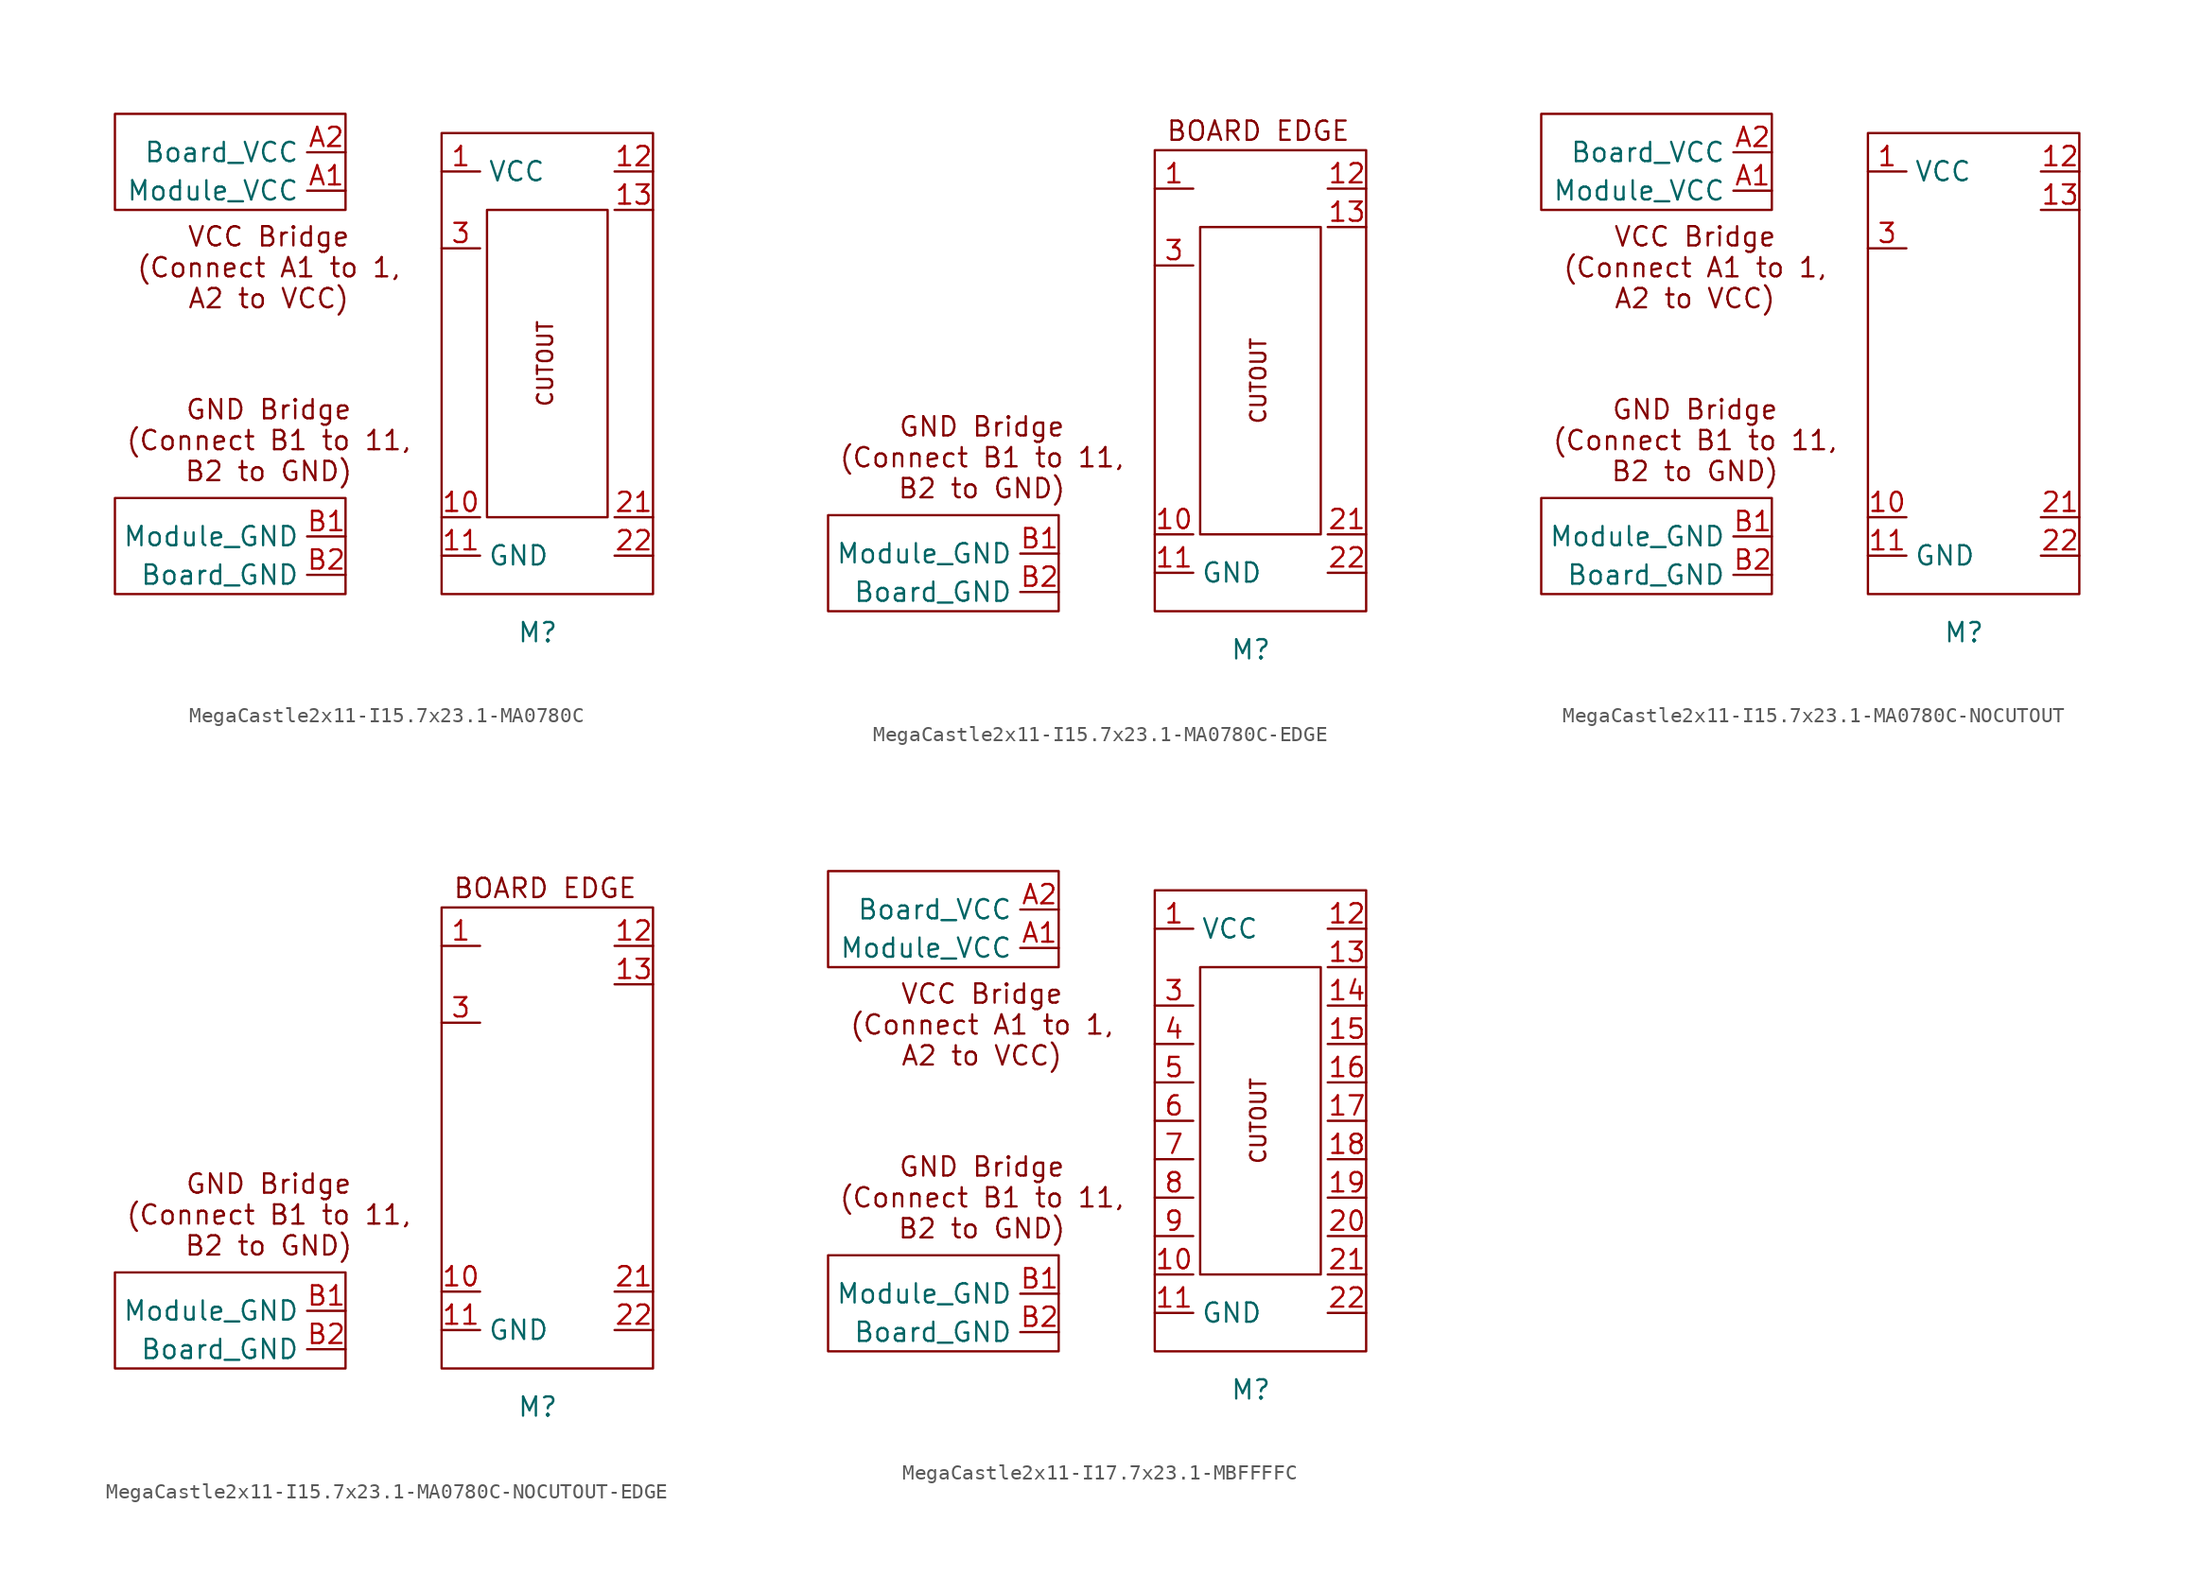
<source format=kicad_sym>
(kicad_symbol_lib
  (version 20231120)
  (generator "kicad_symbol_editor")
  (generator_version "8.0")
  (symbol "MegaCastle2x11-I15.7x23.1-MA0780C"
    (property "Reference" "M"
      (at 0 -17.78 0)
      (effects (font (size 1.27 1.27))))
    (property "Value" ""
      (at 0 5.08 0)
      (effects (font (size 1.27 1.27))))
    (symbol "MegaCastle2x11-I15.7x23.1-MA0780C_0_1"
      (rectangle (start -27.94 -8.89) (end -12.7 -15.24) (stroke (width 0) (type default)) (fill (type none)))
      (rectangle (start -27.94 16.51) (end -12.7 10.16) (stroke (width 0) (type default)) (fill (type none)))
      (rectangle (start -6.35 15.24) (end 7.62 -15.24) (stroke (width 0) (type default)) (fill (type none)))
      (rectangle (start -3.35 10.16) (end 4.62 -10.16) (stroke (width 0) (type default)) (fill (type none))))
    (symbol "MegaCastle2x11-I15.7x23.1-MA0780C_1_1"
      (text "CUTOUT" (at 0.5 0 900) (effects (font (size 1 1))))
      (text "GND Bridge\n(Connect B1 to 11,\nB2 to GND)" (at -17.78 -5.08 0) (effects (font (size 1.27 1.27))))
      (text "VCC Bridge\n(Connect A1 to 1,\nA2 to VCC)" (at -17.78 6.35 0) (effects (font (size 1.27 1.27))))
      (pin bidirectional line (at -6.35 12.7 0) (length 2.54) (name "VCC" (effects (font (size 1.27 1.27)))) (number "1" (effects (font (size 1.27 1.27)))))
      (pin bidirectional line (at -6.35 -10.16 0) (length 2.54) (name "" (effects (font (size 1.27 1.27)))) (number "10" (effects (font (size 1.27 1.27)))))
      (pin bidirectional line (at -6.35 -12.7 0) (length 2.54) (name "GND" (effects (font (size 1.27 1.27)))) (number "11" (effects (font (size 1.27 1.27)))))
      (pin bidirectional line (at 7.62 12.7 180) (length 2.54) (name "" (effects (font (size 1.27 1.27)))) (number "12" (effects (font (size 1.27 1.27)))))
      (pin bidirectional line (at 7.62 10.16 180) (length 2.54) (name "" (effects (font (size 1.27 1.27)))) (number "13" (effects (font (size 1.27 1.27)))))
      (pin bidirectional line (at 7.62 -10.16 180) (length 2.54) (name "" (effects (font (size 1.27 1.27)))) (number "21" (effects (font (size 1.27 1.27)))))
      (pin bidirectional line (at 7.62 -12.7 180) (length 2.54) (name "" (effects (font (size 1.27 1.27)))) (number "22" (effects (font (size 1.27 1.27)))))
      (pin bidirectional line (at -6.35 7.62 0) (length 2.54) (name "" (effects (font (size 1.27 1.27)))) (number "3" (effects (font (size 1.27 1.27)))))
      (pin bidirectional line (at -12.7 11.43 180) (length 2.54) (name "Module_VCC" (effects (font (size 1.27 1.27)))) (number "A1" (effects (font (size 1.27 1.27)))))
      (pin bidirectional line (at -12.7 13.97 180) (length 2.54) (name "Board_VCC" (effects (font (size 1.27 1.27)))) (number "A2" (effects (font (size 1.27 1.27)))))
      (pin bidirectional line (at -12.7 -11.43 180) (length 2.54) (name "Module_GND" (effects (font (size 1.27 1.27)))) (number "B1" (effects (font (size 1.27 1.27)))))
      (pin bidirectional line (at -12.7 -13.97 180) (length 2.54) (name "Board_GND" (effects (font (size 1.27 1.27)))) (number "B2" (effects (font (size 1.27 1.27)))))))
  (symbol "MegaCastle2x11-I15.7x23.1-MA0780C-EDGE"
    (property "Reference" "M"
      (at 0 -17.78 0)
      (effects (font (size 1.27 1.27))))
    (property "Value" ""
      (at 0 5.08 0)
      (effects (font (size 1.27 1.27))))
    (symbol "MegaCastle2x11-I15.7x23.1-MA0780C-EDGE_0_1"
      (rectangle (start -27.94 -8.89) (end -12.7 -15.24) (stroke (width 0) (type default)) (fill (type none)))
      (rectangle (start -6.35 15.24) (end 7.62 -15.24) (stroke (width 0) (type default)) (fill (type none)))
      (rectangle (start -3.35 10.16) (end 4.62 -10.16) (stroke (width 0) (type default)) (fill (type none))))
    (symbol "MegaCastle2x11-I15.7x23.1-MA0780C-EDGE_1_1"
      (text " BOARD EDGE" (at 0 16.51 0) (effects (font (size 1.27 1.27))))
      (text "CUTOUT" (at 0.5 0 900) (effects (font (size 1 1))))
      (text "GND Bridge\n(Connect B1 to 11,\nB2 to GND)" (at -17.78 -5.08 0) (effects (font (size 1.27 1.27))))
      (pin bidirectional line (at -6.35 12.7 0) (length 2.54) (name "" (effects (font (size 1.27 1.27)))) (number "1" (effects (font (size 1.27 1.27)))))
      (pin bidirectional line (at -6.35 -10.16 0) (length 2.54) (name "" (effects (font (size 1.27 1.27)))) (number "10" (effects (font (size 1.27 1.27)))))
      (pin bidirectional line (at -6.35 -12.7 0) (length 2.54) (name "GND" (effects (font (size 1.27 1.27)))) (number "11" (effects (font (size 1.27 1.27)))))
      (pin bidirectional line (at 7.62 12.7 180) (length 2.54) (name "" (effects (font (size 1.27 1.27)))) (number "12" (effects (font (size 1.27 1.27)))))
      (pin bidirectional line (at 7.62 10.16 180) (length 2.54) (name "" (effects (font (size 1.27 1.27)))) (number "13" (effects (font (size 1.27 1.27)))))
      (pin bidirectional line (at 7.62 -10.16 180) (length 2.54) (name "" (effects (font (size 1.27 1.27)))) (number "21" (effects (font (size 1.27 1.27)))))
      (pin bidirectional line (at 7.62 -12.7 180) (length 2.54) (name "" (effects (font (size 1.27 1.27)))) (number "22" (effects (font (size 1.27 1.27)))))
      (pin bidirectional line (at -6.35 7.62 0) (length 2.54) (name "" (effects (font (size 1.27 1.27)))) (number "3" (effects (font (size 1.27 1.27)))))
      (pin bidirectional line (at -12.7 -11.43 180) (length 2.54) (name "Module_GND" (effects (font (size 1.27 1.27)))) (number "B1" (effects (font (size 1.27 1.27)))))
      (pin bidirectional line (at -12.7 -13.97 180) (length 2.54) (name "Board_GND" (effects (font (size 1.27 1.27)))) (number "B2" (effects (font (size 1.27 1.27)))))))
  (symbol "MegaCastle2x11-I15.7x23.1-MA0780C-NOCUTOUT"
    (property "Reference" "M"
      (at 0 -17.78 0)
      (effects (font (size 1.27 1.27))))
    (property "Value" ""
      (at 0 5.08 0)
      (effects (font (size 1.27 1.27))))
    (symbol "MegaCastle2x11-I15.7x23.1-MA0780C-NOCUTOUT_0_1"
      (rectangle (start -27.94 -8.89) (end -12.7 -15.24) (stroke (width 0) (type default)) (fill (type none)))
      (rectangle (start -27.94 16.51) (end -12.7 10.16) (stroke (width 0) (type default)) (fill (type none)))
      (rectangle (start -6.35 15.24) (end 7.62 -15.24) (stroke (width 0) (type default)) (fill (type none))))
    (symbol "MegaCastle2x11-I15.7x23.1-MA0780C-NOCUTOUT_1_1"
      (text "GND Bridge\n(Connect B1 to 11,\nB2 to GND)" (at -17.78 -5.08 0) (effects (font (size 1.27 1.27))))
      (text "VCC Bridge\n(Connect A1 to 1,\nA2 to VCC)" (at -17.78 6.35 0) (effects (font (size 1.27 1.27))))
      (pin bidirectional line (at -6.35 12.7 0) (length 2.54) (name "VCC" (effects (font (size 1.27 1.27)))) (number "1" (effects (font (size 1.27 1.27)))))
      (pin bidirectional line (at -6.35 -10.16 0) (length 2.54) (name "" (effects (font (size 1.27 1.27)))) (number "10" (effects (font (size 1.27 1.27)))))
      (pin bidirectional line (at -6.35 -12.7 0) (length 2.54) (name "GND" (effects (font (size 1.27 1.27)))) (number "11" (effects (font (size 1.27 1.27)))))
      (pin bidirectional line (at 7.62 12.7 180) (length 2.54) (name "" (effects (font (size 1.27 1.27)))) (number "12" (effects (font (size 1.27 1.27)))))
      (pin bidirectional line (at 7.62 10.16 180) (length 2.54) (name "" (effects (font (size 1.27 1.27)))) (number "13" (effects (font (size 1.27 1.27)))))
      (pin bidirectional line (at 7.62 -10.16 180) (length 2.54) (name "" (effects (font (size 1.27 1.27)))) (number "21" (effects (font (size 1.27 1.27)))))
      (pin bidirectional line (at 7.62 -12.7 180) (length 2.54) (name "" (effects (font (size 1.27 1.27)))) (number "22" (effects (font (size 1.27 1.27)))))
      (pin bidirectional line (at -6.35 7.62 0) (length 2.54) (name "" (effects (font (size 1.27 1.27)))) (number "3" (effects (font (size 1.27 1.27)))))
      (pin bidirectional line (at -12.7 11.43 180) (length 2.54) (name "Module_VCC" (effects (font (size 1.27 1.27)))) (number "A1" (effects (font (size 1.27 1.27)))))
      (pin bidirectional line (at -12.7 13.97 180) (length 2.54) (name "Board_VCC" (effects (font (size 1.27 1.27)))) (number "A2" (effects (font (size 1.27 1.27)))))
      (pin bidirectional line (at -12.7 -11.43 180) (length 2.54) (name "Module_GND" (effects (font (size 1.27 1.27)))) (number "B1" (effects (font (size 1.27 1.27)))))
      (pin bidirectional line (at -12.7 -13.97 180) (length 2.54) (name "Board_GND" (effects (font (size 1.27 1.27)))) (number "B2" (effects (font (size 1.27 1.27)))))))
  (symbol "MegaCastle2x11-I15.7x23.1-MA0780C-NOCUTOUT-EDGE"
    (property "Reference" "M"
      (at 0 -17.78 0)
      (effects (font (size 1.27 1.27))))
    (property "Value" ""
      (at 0 5.08 0)
      (effects (font (size 1.27 1.27))))
    (symbol "MegaCastle2x11-I15.7x23.1-MA0780C-NOCUTOUT-EDGE_0_1"
      (rectangle (start -27.94 -8.89) (end -12.7 -15.24) (stroke (width 0) (type default)) (fill (type none)))
      (rectangle (start -6.35 15.24) (end 7.62 -15.24) (stroke (width 0) (type default)) (fill (type none))))
    (symbol "MegaCastle2x11-I15.7x23.1-MA0780C-NOCUTOUT-EDGE_1_1"
      (text " BOARD EDGE" (at 0 16.51 0) (effects (font (size 1.27 1.27))))
      (text "GND Bridge\n(Connect B1 to 11,\nB2 to GND)" (at -17.78 -5.08 0) (effects (font (size 1.27 1.27))))
      (pin bidirectional line (at -6.35 12.7 0) (length 2.54) (name "" (effects (font (size 1.27 1.27)))) (number "1" (effects (font (size 1.27 1.27)))))
      (pin bidirectional line (at -6.35 -10.16 0) (length 2.54) (name "" (effects (font (size 1.27 1.27)))) (number "10" (effects (font (size 1.27 1.27)))))
      (pin bidirectional line (at -6.35 -12.7 0) (length 2.54) (name "GND" (effects (font (size 1.27 1.27)))) (number "11" (effects (font (size 1.27 1.27)))))
      (pin bidirectional line (at 7.62 12.7 180) (length 2.54) (name "" (effects (font (size 1.27 1.27)))) (number "12" (effects (font (size 1.27 1.27)))))
      (pin bidirectional line (at 7.62 10.16 180) (length 2.54) (name "" (effects (font (size 1.27 1.27)))) (number "13" (effects (font (size 1.27 1.27)))))
      (pin bidirectional line (at 7.62 -10.16 180) (length 2.54) (name "" (effects (font (size 1.27 1.27)))) (number "21" (effects (font (size 1.27 1.27)))))
      (pin bidirectional line (at 7.62 -12.7 180) (length 2.54) (name "" (effects (font (size 1.27 1.27)))) (number "22" (effects (font (size 1.27 1.27)))))
      (pin bidirectional line (at -6.35 7.62 0) (length 2.54) (name "" (effects (font (size 1.27 1.27)))) (number "3" (effects (font (size 1.27 1.27)))))
      (pin bidirectional line (at -12.7 -11.43 180) (length 2.54) (name "Module_GND" (effects (font (size 1.27 1.27)))) (number "B1" (effects (font (size 1.27 1.27)))))
      (pin bidirectional line (at -12.7 -13.97 180) (length 2.54) (name "Board_GND" (effects (font (size 1.27 1.27)))) (number "B2" (effects (font (size 1.27 1.27)))))))
  (symbol "MegaCastle2x11-I17.7x23.1-MBFFFFC"
    (property "Reference" "M"
      (at 0 -17.78 0)
      (effects (font (size 1.27 1.27))))
    (property "Value" ""
      (at 0 5.08 0)
      (effects (font (size 1.27 1.27))))
    (symbol "MegaCastle2x11-I17.7x23.1-MBFFFFC_0_1"
      (rectangle (start -27.94 -8.89) (end -12.7 -15.24) (stroke (width 0) (type default)) (fill (type none)))
      (rectangle (start -27.94 16.51) (end -12.7 10.16) (stroke (width 0) (type default)) (fill (type none)))
      (rectangle (start -6.35 15.24) (end 7.62 -15.24) (stroke (width 0) (type default)) (fill (type none)))
      (rectangle (start -3.35 10.16) (end 4.62 -10.16) (stroke (width 0) (type default)) (fill (type none))))
    (symbol "MegaCastle2x11-I17.7x23.1-MBFFFFC_1_1"
      (text "CUTOUT" (at 0.5 0 900) (effects (font (size 1 1))))
      (text "GND Bridge\n(Connect B1 to 11,\nB2 to GND)" (at -17.78 -5.08 0) (effects (font (size 1.27 1.27))))
      (text "VCC Bridge\n(Connect A1 to 1,\nA2 to VCC)" (at -17.78 6.35 0) (effects (font (size 1.27 1.27))))
      (pin bidirectional line (at -6.35 12.7 0) (length 2.54) (name "VCC" (effects (font (size 1.27 1.27)))) (number "1" (effects (font (size 1.27 1.27)))))
      (pin bidirectional line (at -6.35 -10.16 0) (length 2.54) (name "" (effects (font (size 1.27 1.27)))) (number "10" (effects (font (size 1.27 1.27)))))
      (pin bidirectional line (at -6.35 -12.7 0) (length 2.54) (name "GND" (effects (font (size 1.27 1.27)))) (number "11" (effects (font (size 1.27 1.27)))))
      (pin bidirectional line (at 7.62 12.7 180) (length 2.54) (name "" (effects (font (size 1.27 1.27)))) (number "12" (effects (font (size 1.27 1.27)))))
      (pin bidirectional line (at 7.62 10.16 180) (length 2.54) (name "" (effects (font (size 1.27 1.27)))) (number "13" (effects (font (size 1.27 1.27)))))
      (pin bidirectional line (at 7.62 7.62 180) (length 2.54) (name "" (effects (font (size 1.27 1.27)))) (number "14" (effects (font (size 1.27 1.27)))))
      (pin bidirectional line (at 7.62 5.08 180) (length 2.54) (name "" (effects (font (size 1.27 1.27)))) (number "15" (effects (font (size 1.27 1.27)))))
      (pin bidirectional line (at 7.62 2.54 180) (length 2.54) (name "" (effects (font (size 1.27 1.27)))) (number "16" (effects (font (size 1.27 1.27)))))
      (pin bidirectional line (at 7.62 0 180) (length 2.54) (name "" (effects (font (size 1.27 1.27)))) (number "17" (effects (font (size 1.27 1.27)))))
      (pin bidirectional line (at 7.62 -2.54 180) (length 2.54) (name "" (effects (font (size 1.27 1.27)))) (number "18" (effects (font (size 1.27 1.27)))))
      (pin bidirectional line (at 7.62 -5.08 180) (length 2.54) (name "" (effects (font (size 1.27 1.27)))) (number "19" (effects (font (size 1.27 1.27)))))
      (pin bidirectional line (at 7.62 -7.62 180) (length 2.54) (name "" (effects (font (size 1.27 1.27)))) (number "20" (effects (font (size 1.27 1.27)))))
      (pin bidirectional line (at 7.62 -10.16 180) (length 2.54) (name "" (effects (font (size 1.27 1.27)))) (number "21" (effects (font (size 1.27 1.27)))))
      (pin bidirectional line (at 7.62 -12.7 180) (length 2.54) (name "" (effects (font (size 1.27 1.27)))) (number "22" (effects (font (size 1.27 1.27)))))
      (pin bidirectional line (at -6.35 7.62 0) (length 2.54) (name "" (effects (font (size 1.27 1.27)))) (number "3" (effects (font (size 1.27 1.27)))))
      (pin bidirectional line (at -6.35 5.08 0) (length 2.54) (name "" (effects (font (size 1.27 1.27)))) (number "4" (effects (font (size 1.27 1.27)))))
      (pin bidirectional line (at -6.35 2.54 0) (length 2.54) (name "" (effects (font (size 1.27 1.27)))) (number "5" (effects (font (size 1.27 1.27)))))
      (pin bidirectional line (at -6.35 0 0) (length 2.54) (name "" (effects (font (size 1.27 1.27)))) (number "6" (effects (font (size 1.27 1.27)))))
      (pin bidirectional line (at -6.35 -2.54 0) (length 2.54) (name "" (effects (font (size 1.27 1.27)))) (number "7" (effects (font (size 1.27 1.27)))))
      (pin bidirectional line (at -6.35 -5.08 0) (length 2.54) (name "" (effects (font (size 1.27 1.27)))) (number "8" (effects (font (size 1.27 1.27)))))
      (pin bidirectional line (at -6.35 -7.62 0) (length 2.54) (name "" (effects (font (size 1.27 1.27)))) (number "9" (effects (font (size 1.27 1.27)))))
      (pin bidirectional line (at -12.7 11.43 180) (length 2.54) (name "Module_VCC" (effects (font (size 1.27 1.27)))) (number "A1" (effects (font (size 1.27 1.27)))))
      (pin bidirectional line (at -12.7 13.97 180) (length 2.54) (name "Board_VCC" (effects (font (size 1.27 1.27)))) (number "A2" (effects (font (size 1.27 1.27)))))
      (pin bidirectional line (at -12.7 -11.43 180) (length 2.54) (name "Module_GND" (effects (font (size 1.27 1.27)))) (number "B1" (effects (font (size 1.27 1.27)))))
      (pin bidirectional line (at -12.7 -13.97 180) (length 2.54) (name "Board_GND" (effects (font (size 1.27 1.27)))) (number "B2" (effects (font (size 1.27 1.27))))))))
</source>
